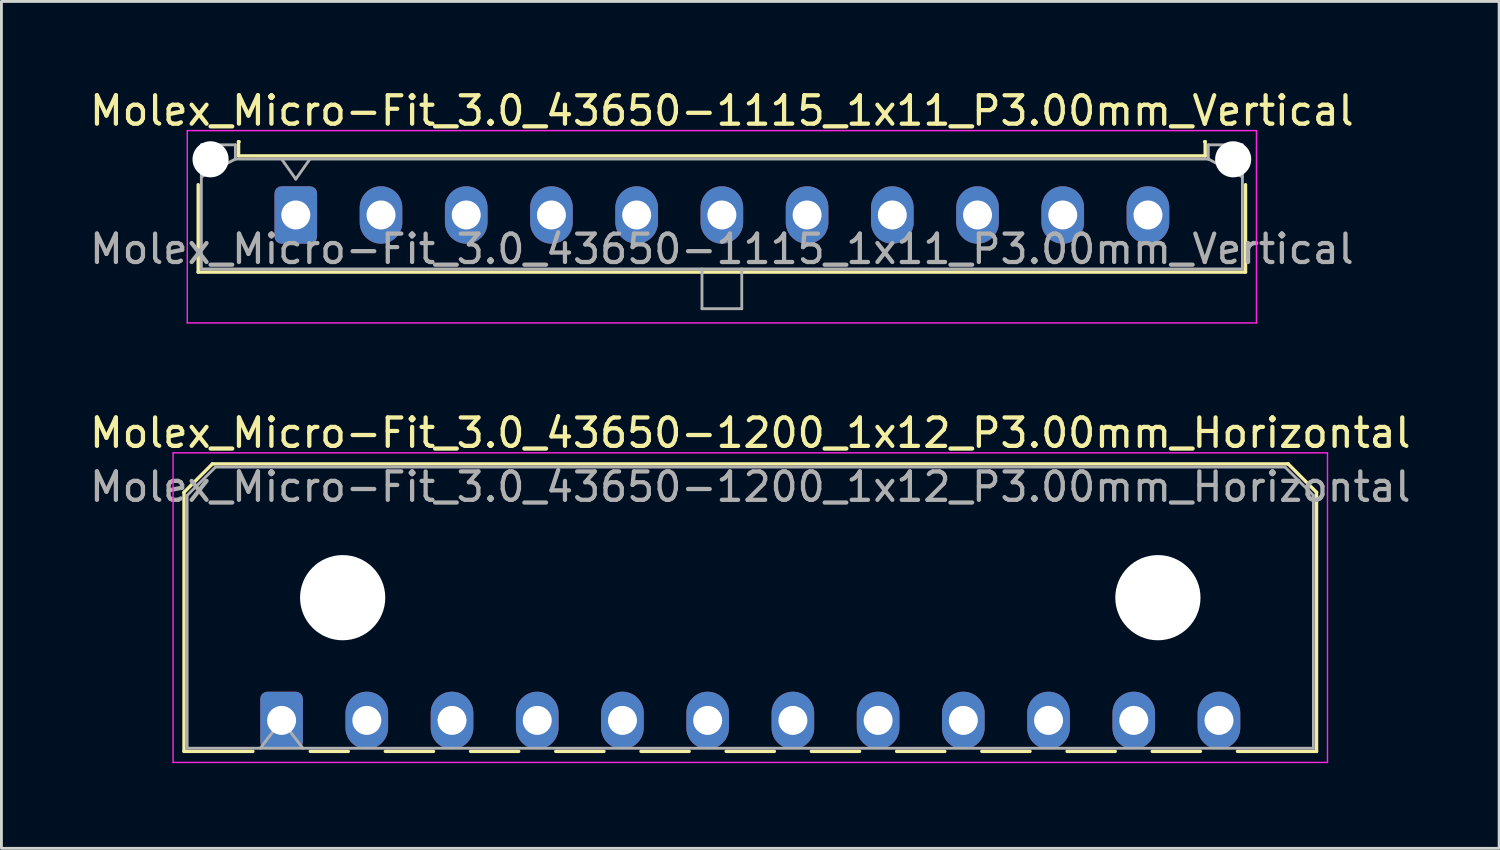
<source format=kicad_pcb>
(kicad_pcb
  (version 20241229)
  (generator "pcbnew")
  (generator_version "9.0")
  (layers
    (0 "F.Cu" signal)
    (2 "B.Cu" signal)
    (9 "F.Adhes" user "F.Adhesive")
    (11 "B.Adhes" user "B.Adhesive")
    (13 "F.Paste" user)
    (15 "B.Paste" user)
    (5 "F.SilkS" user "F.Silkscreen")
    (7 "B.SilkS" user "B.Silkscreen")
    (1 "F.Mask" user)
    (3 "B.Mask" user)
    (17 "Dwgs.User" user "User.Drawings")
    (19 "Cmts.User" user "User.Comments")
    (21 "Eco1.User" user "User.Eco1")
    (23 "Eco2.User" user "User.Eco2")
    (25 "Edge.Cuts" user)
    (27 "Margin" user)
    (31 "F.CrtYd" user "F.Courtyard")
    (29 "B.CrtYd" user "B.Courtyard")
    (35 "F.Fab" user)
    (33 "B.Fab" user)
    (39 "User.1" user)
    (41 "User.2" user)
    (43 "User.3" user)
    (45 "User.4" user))
  (footprint "Molex_Micro-Fit_3.0_43650-1200_1x12_P3.00mm_Horizontal"
    (layer "F.Cu")
    (at 6.863 22.311)
    (property "Reference" "Molex_Micro-Fit_3.0_43650-1200_1x12_P3.00mm_Horizontal" (at 16.5 -10.12 0) (layer "F.SilkS") (effects (font (size 1 1) (thickness 0.15))))
    (attr through_hole)
    (fp_line (start -3.435 -8.03) (end -2.435 -9.03) (stroke (width 0.12) (type solid)) (layer "F.SilkS"))
    (fp_line (start -3.435 1.09) (end -3.435 -8.03) (stroke (width 0.12) (type solid)) (layer "F.SilkS"))
    (fp_line (start -3.435 1.09) (end -1.01 1.09) (stroke (width 0.12) (type solid)) (layer "F.SilkS"))
    (fp_line (start -2.435 -9.03) (end 35.435 -9.03) (stroke (width 0.12) (type solid)) (layer "F.SilkS"))
    (fp_line (start 1.01 1.09) (end 2.348 1.09) (stroke (width 0.12) (type solid)) (layer "F.SilkS"))
    (fp_line (start 3.652 1.09) (end 5.348 1.09) (stroke (width 0.12) (type solid)) (layer "F.SilkS"))
    (fp_line (start 6.652 1.09) (end 8.348 1.09) (stroke (width 0.12) (type solid)) (layer "F.SilkS"))
    (fp_line (start 9.652 1.09) (end 11.348 1.09) (stroke (width 0.12) (type solid)) (layer "F.SilkS"))
    (fp_line (start 12.652 1.09) (end 14.348 1.09) (stroke (width 0.12) (type solid)) (layer "F.SilkS"))
    (fp_line (start 15.652 1.09) (end 17.348 1.09) (stroke (width 0.12) (type solid)) (layer "F.SilkS"))
    (fp_line (start 18.652 1.09) (end 20.348 1.09) (stroke (width 0.12) (type solid)) (layer "F.SilkS"))
    (fp_line (start 21.652 1.09) (end 23.348 1.09) (stroke (width 0.12) (type solid)) (layer "F.SilkS"))
    (fp_line (start 24.652 1.09) (end 26.348 1.09) (stroke (width 0.12) (type solid)) (layer "F.SilkS"))
    (fp_line (start 27.652 1.09) (end 29.348 1.09) (stroke (width 0.12) (type solid)) (layer "F.SilkS"))
    (fp_line (start 30.652 1.09) (end 32.348 1.09) (stroke (width 0.12) (type solid)) (layer "F.SilkS"))
    (fp_line (start 35.435 -9.03) (end 36.435 -8.03) (stroke (width 0.12) (type solid)) (layer "F.SilkS"))
    (fp_line (start 36.435 -8.03) (end 36.435 1.09) (stroke (width 0.12) (type solid)) (layer "F.SilkS"))
    (fp_line (start 36.435 1.09) (end 33.652 1.09) (stroke (width 0.12) (type solid)) (layer "F.SilkS"))
    (fp_line (start -3.82 -9.42) (end 36.82 -9.42) (stroke (width 0.05) (type solid)) (layer "F.CrtYd"))
    (fp_line (start -3.82 1.48) (end -3.82 -9.42) (stroke (width 0.05) (type solid)) (layer "F.CrtYd"))
    (fp_line (start 36.82 -9.42) (end 36.82 1.48) (stroke (width 0.05) (type solid)) (layer "F.CrtYd"))
    (fp_line (start 36.82 1.48) (end -3.82 1.48) (stroke (width 0.05) (type solid)) (layer "F.CrtYd"))
    (fp_line (start -3.325 -7.92) (end -2.325 -8.92) (stroke (width 0.1) (type solid)) (layer "F.Fab"))
    (fp_line (start -3.325 0.98) (end -3.325 -7.92) (stroke (width 0.1) (type solid)) (layer "F.Fab"))
    (fp_line (start -2.325 -8.92) (end 35.325 -8.92) (stroke (width 0.1) (type solid)) (layer "F.Fab"))
    (fp_line (start -0.75 0.98) (end 0 0) (stroke (width 0.1) (type solid)) (layer "F.Fab"))
    (fp_line (start 0 0) (end 0.75 0.98) (stroke (width 0.1) (type solid)) (layer "F.Fab"))
    (fp_line (start 35.325 -8.92) (end 36.325 -7.92) (stroke (width 0.1) (type solid)) (layer "F.Fab"))
    (fp_line (start 36.325 -7.92) (end 36.325 0.98) (stroke (width 0.1) (type solid)) (layer "F.Fab"))
    (fp_line (start 36.325 0.98) (end -3.325 0.98) (stroke (width 0.1) (type solid)) (layer "F.Fab"))
    (fp_text user "${REFERENCE}" (at 16.5 -8.22 0) (layer "F.Fab") (effects (font (size 1 1) (thickness 0.15))))
    (pad "" np_thru_hole circle (at 2.15 -4.32) (size 3 3) (drill 3) (layers "*.Cu" "*.Mask"))
    (pad "" np_thru_hole circle (at 30.85 -4.32) (size 3 3) (drill 3) (layers "*.Cu" "*.Mask"))
    (pad "1" thru_hole roundrect (at 0 0) (size 1.5 2.02) (drill 1.02) (layers "*.Cu" "*.Mask") (roundrect_rratio 0.167))
    (pad "2" thru_hole oval (at 3 0) (size 1.5 2.02) (drill 1.02) (layers "*.Cu" "*.Mask"))
    (pad "3" thru_hole oval (at 6 0) (size 1.5 2.02) (drill 1.02) (layers "*.Cu" "*.Mask"))
    (pad "4" thru_hole oval (at 9 0) (size 1.5 2.02) (drill 1.02) (layers "*.Cu" "*.Mask"))
    (pad "5" thru_hole oval (at 12 0) (size 1.5 2.02) (drill 1.02) (layers "*.Cu" "*.Mask"))
    (pad "6" thru_hole oval (at 15 0) (size 1.5 2.02) (drill 1.02) (layers "*.Cu" "*.Mask"))
    (pad "7" thru_hole oval (at 18 0) (size 1.5 2.02) (drill 1.02) (layers "*.Cu" "*.Mask"))
    (pad "8" thru_hole oval (at 21 0) (size 1.5 2.02) (drill 1.02) (layers "*.Cu" "*.Mask"))
    (pad "9" thru_hole oval (at 24 0) (size 1.5 2.02) (drill 1.02) (layers "*.Cu" "*.Mask"))
    (pad "10" thru_hole oval (at 27 0) (size 1.5 2.02) (drill 1.02) (layers "*.Cu" "*.Mask"))
    (pad "11" thru_hole oval (at 30 0) (size 1.5 2.02) (drill 1.02) (layers "*.Cu" "*.Mask"))
    (pad "12" thru_hole oval (at 33 0) (size 1.5 2.02) (drill 1.02) (layers "*.Cu" "*.Mask")))
  (footprint "Molex_Micro-Fit_3.0_43650-1115_1x11_P3.00mm_Vertical"
    (layer "F.Cu")
    (at 7.363 4.518)
    (property "Reference" "Molex_Micro-Fit_3.0_43650-1115_1x11_P3.00mm_Vertical" (at 15 -3.67 0) (layer "F.SilkS") (effects (font (size 1 1) (thickness 0.15))))
    (attr through_hole)
    (fp_line (start -3.435 -1.065) (end -3.435 2.01) (stroke (width 0.12) (type solid)) (layer "F.SilkS"))
    (fp_line (start -3.435 2.01) (end 33.435 2.01) (stroke (width 0.12) (type solid)) (layer "F.SilkS"))
    (fp_line (start -2.015 -2.58) (end -2.015 -2.08) (stroke (width 0.12) (type solid)) (layer "F.SilkS"))
    (fp_line (start -2.015 -2.08) (end 32.015 -2.08) (stroke (width 0.12) (type solid)) (layer "F.SilkS"))
    (fp_line (start -1.995 -2.58) (end -2.015 -2.58) (stroke (width 0.12) (type solid)) (layer "F.SilkS"))
    (fp_line (start 32.015 -2.58) (end 31.995 -2.58) (stroke (width 0.12) (type solid)) (layer "F.SilkS"))
    (fp_line (start 32.015 -2.08) (end 32.015 -2.58) (stroke (width 0.12) (type solid)) (layer "F.SilkS"))
    (fp_line (start 33.435 2.01) (end 33.435 -1.065) (stroke (width 0.12) (type solid)) (layer "F.SilkS"))
    (fp_line (start -3.82 -2.97) (end 33.82 -2.97) (stroke (width 0.05) (type solid)) (layer "F.CrtYd"))
    (fp_line (start -3.82 3.8) (end -3.82 -2.97) (stroke (width 0.05) (type solid)) (layer "F.CrtYd"))
    (fp_line (start 33.82 -2.97) (end 33.82 3.8) (stroke (width 0.05) (type solid)) (layer "F.CrtYd"))
    (fp_line (start 33.82 3.8) (end -3.82 3.8) (stroke (width 0.05) (type solid)) (layer "F.CrtYd"))
    (fp_line (start -3.325 -2.47) (end -3.325 1.9) (stroke (width 0.1) (type solid)) (layer "F.Fab"))
    (fp_line (start -3.325 -1.34) (end -2.125 -1.97) (stroke (width 0.1) (type solid)) (layer "F.Fab"))
    (fp_line (start -3.325 1.9) (end 33.325 1.9) (stroke (width 0.1) (type solid)) (layer "F.Fab"))
    (fp_line (start -2.125 -2.47) (end -3.325 -2.47) (stroke (width 0.1) (type solid)) (layer "F.Fab"))
    (fp_line (start -2.125 -1.97) (end -2.125 -2.47) (stroke (width 0.1) (type solid)) (layer "F.Fab"))
    (fp_line (start -0.5 -1.97) (end 0 -1.263) (stroke (width 0.1) (type solid)) (layer "F.Fab"))
    (fp_line (start 0 -1.263) (end 0.5 -1.97) (stroke (width 0.1) (type solid)) (layer "F.Fab"))
    (fp_line (start 14.3 1.9) (end 14.3 3.3) (stroke (width 0.1) (type solid)) (layer "F.Fab"))
    (fp_line (start 14.3 3.3) (end 15.7 3.3) (stroke (width 0.1) (type solid)) (layer "F.Fab"))
    (fp_line (start 15.7 3.3) (end 15.7 1.9) (stroke (width 0.1) (type solid)) (layer "F.Fab"))
    (fp_line (start 32.125 -2.47) (end 32.125 -1.97) (stroke (width 0.1) (type solid)) (layer "F.Fab"))
    (fp_line (start 32.125 -1.97) (end -2.125 -1.97) (stroke (width 0.1) (type solid)) (layer "F.Fab"))
    (fp_line (start 33.325 -2.47) (end 32.125 -2.47) (stroke (width 0.1) (type solid)) (layer "F.Fab"))
    (fp_line (start 33.325 -1.34) (end 32.125 -1.97) (stroke (width 0.1) (type solid)) (layer "F.Fab"))
    (fp_line (start 33.325 1.9) (end 33.325 -2.47) (stroke (width 0.1) (type solid)) (layer "F.Fab"))
    (fp_text user "${REFERENCE}" (at 15 1.2 0) (layer "F.Fab") (effects (font (size 1 1) (thickness 0.15))))
    (pad "" np_thru_hole circle (at -3 -1.96) (size 1.27 1.27) (drill 1.27) (layers "*.Cu" "*.Mask"))
    (pad "" np_thru_hole circle (at 33 -1.96) (size 1.27 1.27) (drill 1.27) (layers "*.Cu" "*.Mask"))
    (pad "1" thru_hole roundrect (at 0 0) (size 1.5 2.02) (drill 1.02) (layers "*.Cu" "*.Mask") (roundrect_rratio 0.167))
    (pad "2" thru_hole oval (at 3 0) (size 1.5 2.02) (drill 1.02) (layers "*.Cu" "*.Mask"))
    (pad "3" thru_hole oval (at 6 0) (size 1.5 2.02) (drill 1.02) (layers "*.Cu" "*.Mask"))
    (pad "4" thru_hole oval (at 9 0) (size 1.5 2.02) (drill 1.02) (layers "*.Cu" "*.Mask"))
    (pad "5" thru_hole oval (at 12 0) (size 1.5 2.02) (drill 1.02) (layers "*.Cu" "*.Mask"))
    (pad "6" thru_hole oval (at 15 0) (size 1.5 2.02) (drill 1.02) (layers "*.Cu" "*.Mask"))
    (pad "7" thru_hole oval (at 18 0) (size 1.5 2.02) (drill 1.02) (layers "*.Cu" "*.Mask"))
    (pad "8" thru_hole oval (at 21 0) (size 1.5 2.02) (drill 1.02) (layers "*.Cu" "*.Mask"))
    (pad "9" thru_hole oval (at 24 0) (size 1.5 2.02) (drill 1.02) (layers "*.Cu" "*.Mask"))
    (pad "10" thru_hole oval (at 27 0) (size 1.5 2.02) (drill 1.02) (layers "*.Cu" "*.Mask"))
    (pad "11" thru_hole oval (at 30 0) (size 1.5 2.02) (drill 1.02) (layers "*.Cu" "*.Mask")))
  (gr_rect
    (start -3 -3)
    (end 49.726 26.817)
    (stroke (width 0.1) (type default))
    (fill no)
    (layer "Edge.Cuts")))
</source>
